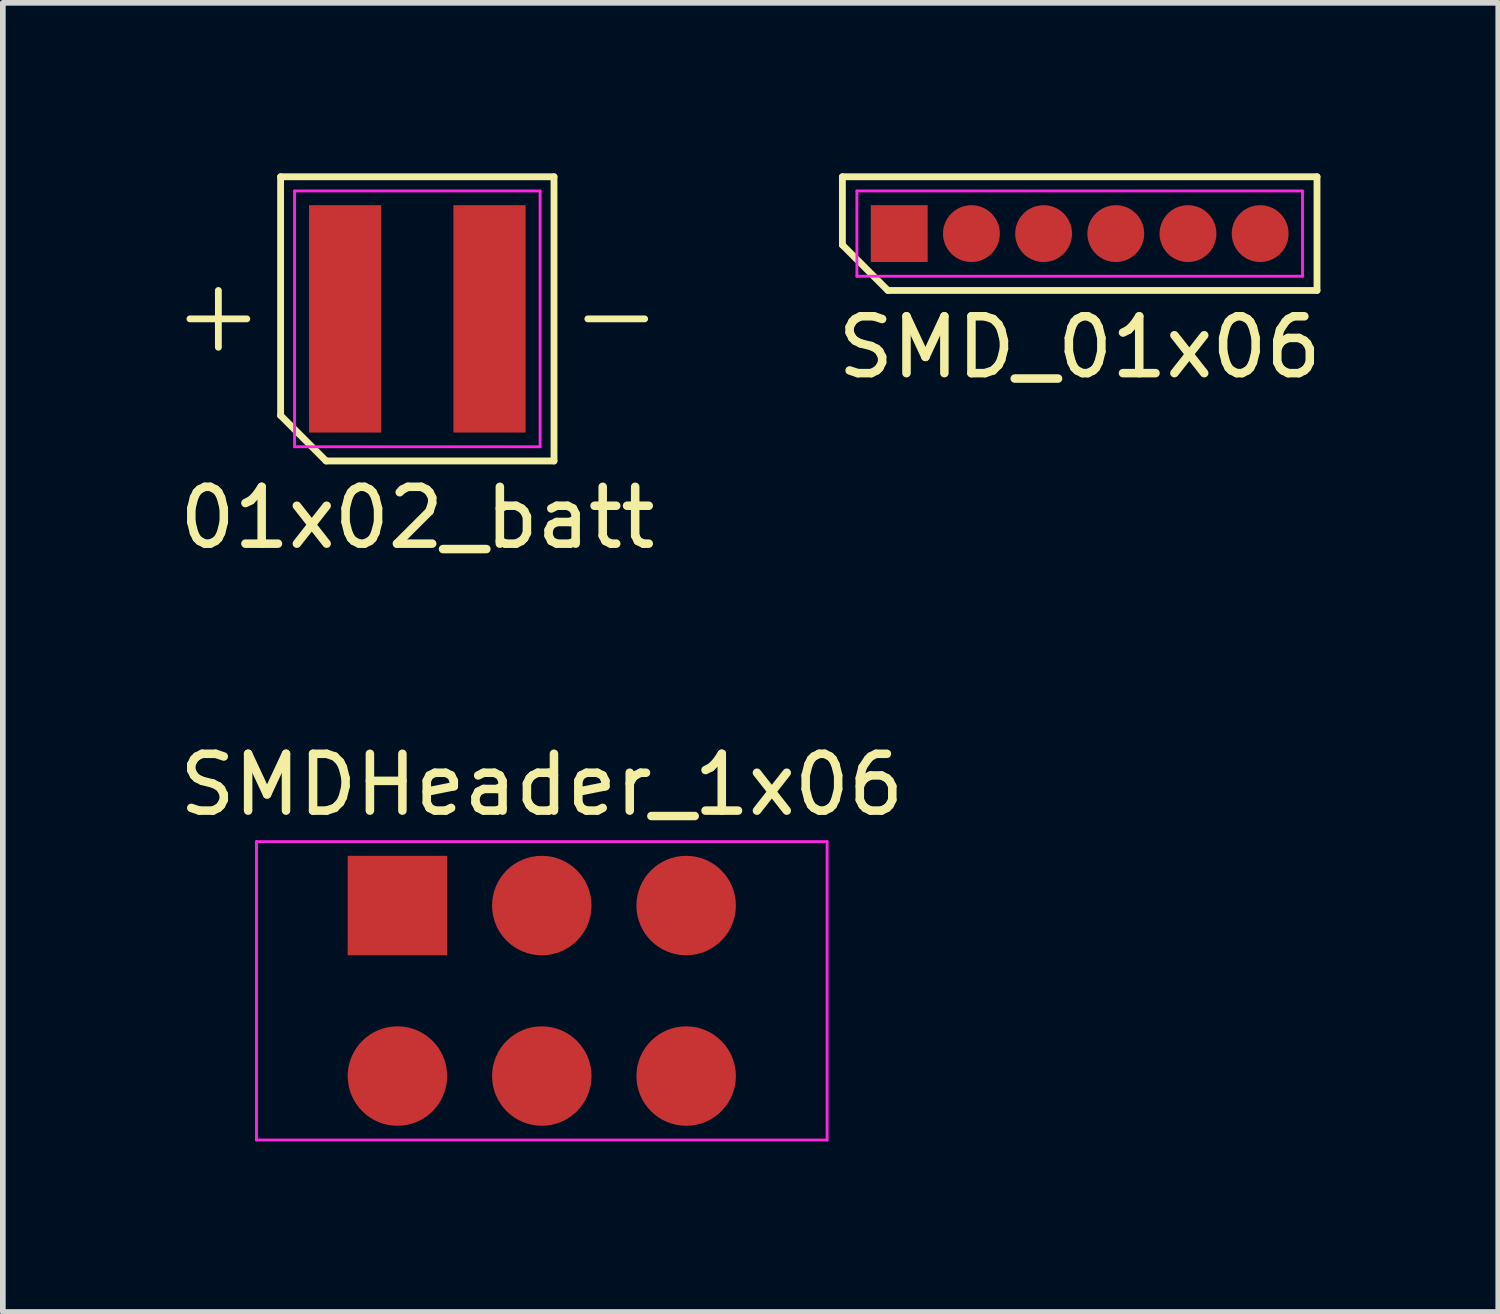
<source format=kicad_pcb>
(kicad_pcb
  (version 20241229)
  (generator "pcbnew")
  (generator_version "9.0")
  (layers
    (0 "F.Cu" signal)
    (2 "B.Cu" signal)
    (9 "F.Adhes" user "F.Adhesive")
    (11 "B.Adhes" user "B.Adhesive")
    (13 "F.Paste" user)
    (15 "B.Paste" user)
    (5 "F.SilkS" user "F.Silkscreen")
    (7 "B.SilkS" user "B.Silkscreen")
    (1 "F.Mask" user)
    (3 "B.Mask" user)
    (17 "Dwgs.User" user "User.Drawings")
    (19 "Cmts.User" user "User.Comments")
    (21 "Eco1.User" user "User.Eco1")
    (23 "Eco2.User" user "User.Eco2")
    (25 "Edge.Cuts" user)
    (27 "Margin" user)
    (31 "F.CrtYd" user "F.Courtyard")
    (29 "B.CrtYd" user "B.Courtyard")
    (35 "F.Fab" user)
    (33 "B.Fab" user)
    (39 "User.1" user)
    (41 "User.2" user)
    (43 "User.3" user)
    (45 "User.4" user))
  (footprint "01x02_batt"
    (layer "F.Cu")
    (at 4.292 2.56)
    (property "Reference" "01x02_batt" (at 0 3.5 0) (layer "F.SilkS") (effects (font (size 1 1) (thickness 0.15))))
    (attr smd)
    (fp_line (start -4 0) (end -3 0) (stroke (width 0.12) (type default)) (layer "F.SilkS"))
    (fp_line (start -3.5 -0.5) (end -3.5 0.5) (stroke (width 0.12) (type default)) (layer "F.SilkS"))
    (fp_line (start -2.405 -2.5) (end 2.405 -2.5) (stroke (width 0.12) (type default)) (layer "F.SilkS"))
    (fp_line (start -2.405 1.7) (end -2.405 -2.5) (stroke (width 0.12) (type default)) (layer "F.SilkS"))
    (fp_line (start -1.605 2.5) (end -2.405 1.7) (stroke (width 0.12) (type default)) (layer "F.SilkS"))
    (fp_line (start 2.405 -2.5) (end 2.405 2.5) (stroke (width 0.12) (type default)) (layer "F.SilkS"))
    (fp_line (start 2.405 2.5) (end -1.605 2.5) (stroke (width 0.12) (type default)) (layer "F.SilkS"))
    (fp_line (start 3 0) (end 4 0) (stroke (width 0.12) (type default)) (layer "F.SilkS"))
    (fp_line (start -2.16 -2.25) (end 2.16 -2.25) (stroke (width 0.05) (type default)) (layer "F.CrtYd"))
    (fp_line (start -2.16 2.25) (end -2.16 -2.25) (stroke (width 0.05) (type default)) (layer "F.CrtYd"))
    (fp_line (start 2.16 -2.25) (end 2.16 2.25) (stroke (width 0.05) (type default)) (layer "F.CrtYd"))
    (fp_line (start 2.16 2.25) (end -2.16 2.25) (stroke (width 0.05) (type default)) (layer "F.CrtYd"))
    (pad "1" smd rect (at -1.27 0) (size 1.27 4) (layers "F.Cu" "F.Mask" "F.Paste"))
    (pad "2" smd rect (at 1.27 0) (size 1.27 4) (layers "F.Cu" "F.Mask" "F.Paste")))
  (footprint "SMDHeader_1x06"
    (layer "F.Cu")
    (at 6.482 14.382)
    (property "Reference" "SMDHeader_1x06" (at 0 -3.625 0) (layer "F.SilkS") (effects (font (size 1 1) (thickness 0.15))))
    (attr smd)
    (fp_line (start -5.02 -2.625) (end 5.02 -2.625) (stroke (width 0.05) (type default)) (layer "F.CrtYd"))
    (fp_line (start -5.02 2.625) (end -5.02 -2.625) (stroke (width 0.05) (type default)) (layer "F.CrtYd"))
    (fp_line (start 5.02 -2.625) (end 5.02 2.625) (stroke (width 0.05) (type default)) (layer "F.CrtYd"))
    (fp_line (start 5.02 2.625) (end -5.02 2.625) (stroke (width 0.05) (type default)) (layer "F.CrtYd"))
    (pad "1" smd rect (at -2.54 -1.5) (size 1.75 1.75) (layers "F.Cu" "F.Mask" "F.Paste"))
    (pad "2" smd circle (at 0 -1.5) (size 1.75 1.75) (layers "F.Cu" "F.Mask" "F.Paste"))
    (pad "3" smd circle (at 2.54 -1.5) (size 1.75 1.75) (layers "F.Cu" "F.Mask" "F.Paste"))
    (pad "4" smd circle (at -2.54 1.5) (size 1.75 1.75) (layers "F.Cu" "F.Mask" "F.Paste"))
    (pad "5" smd circle (at 0 1.5) (size 1.75 1.75) (layers "F.Cu" "F.Mask" "F.Paste"))
    (pad "6" smd circle (at 2.54 1.5) (size 1.75 1.75) (layers "F.Cu" "F.Mask" "F.Paste")))
  (footprint "SMD_01x06"
    (layer "F.Cu")
    (at 15.946 1.06)
    (property "Reference" "SMD_01x06" (at 0 2 0) (layer "F.SilkS") (effects (font (size 1 1) (thickness 0.15))))
    (attr smd)
    (fp_line (start -4.175 -1) (end 4.175 -1) (stroke (width 0.12) (type default)) (layer "F.SilkS"))
    (fp_line (start -4.175 0.2) (end -4.175 -1) (stroke (width 0.12) (type default)) (layer "F.SilkS"))
    (fp_line (start -3.375 1) (end -4.175 0.2) (stroke (width 0.12) (type default)) (layer "F.SilkS"))
    (fp_line (start 4.175 -1) (end 4.175 1) (stroke (width 0.12) (type default)) (layer "F.SilkS"))
    (fp_line (start 4.175 1) (end -3.375 1) (stroke (width 0.12) (type default)) (layer "F.SilkS"))
    (fp_line (start -3.92 -0.75) (end 3.92 -0.75) (stroke (width 0.05) (type default)) (layer "F.CrtYd"))
    (fp_line (start -3.92 0.75) (end -3.92 -0.75) (stroke (width 0.05) (type default)) (layer "F.CrtYd"))
    (fp_line (start 3.92 -0.75) (end 3.92 0.75) (stroke (width 0.05) (type default)) (layer "F.CrtYd"))
    (fp_line (start 3.92 0.75) (end -3.92 0.75) (stroke (width 0.05) (type default)) (layer "F.CrtYd"))
    (pad "1" smd rect (at -3.175 0) (size 1 1) (layers "F.Cu" "F.Mask" "F.Paste"))
    (pad "2" smd circle (at -1.905 0) (size 1 1) (layers "F.Cu" "F.Mask" "F.Paste"))
    (pad "3" smd circle (at -0.635 0) (size 1 1) (layers "F.Cu" "F.Mask" "F.Paste"))
    (pad "4" smd circle (at 0.635 0) (size 1 1) (layers "F.Cu" "F.Mask" "F.Paste"))
    (pad "5" smd circle (at 1.905 0) (size 1 1) (layers "F.Cu" "F.Mask" "F.Paste"))
    (pad "6" smd circle (at 3.175 0) (size 1 1) (layers "F.Cu" "F.Mask" "F.Paste")))
  (gr_rect
    (start -3 -3)
    (end 23.31 20.032)
    (stroke (width 0.1) (type default))
    (fill no)
    (layer "Edge.Cuts")))
</source>
